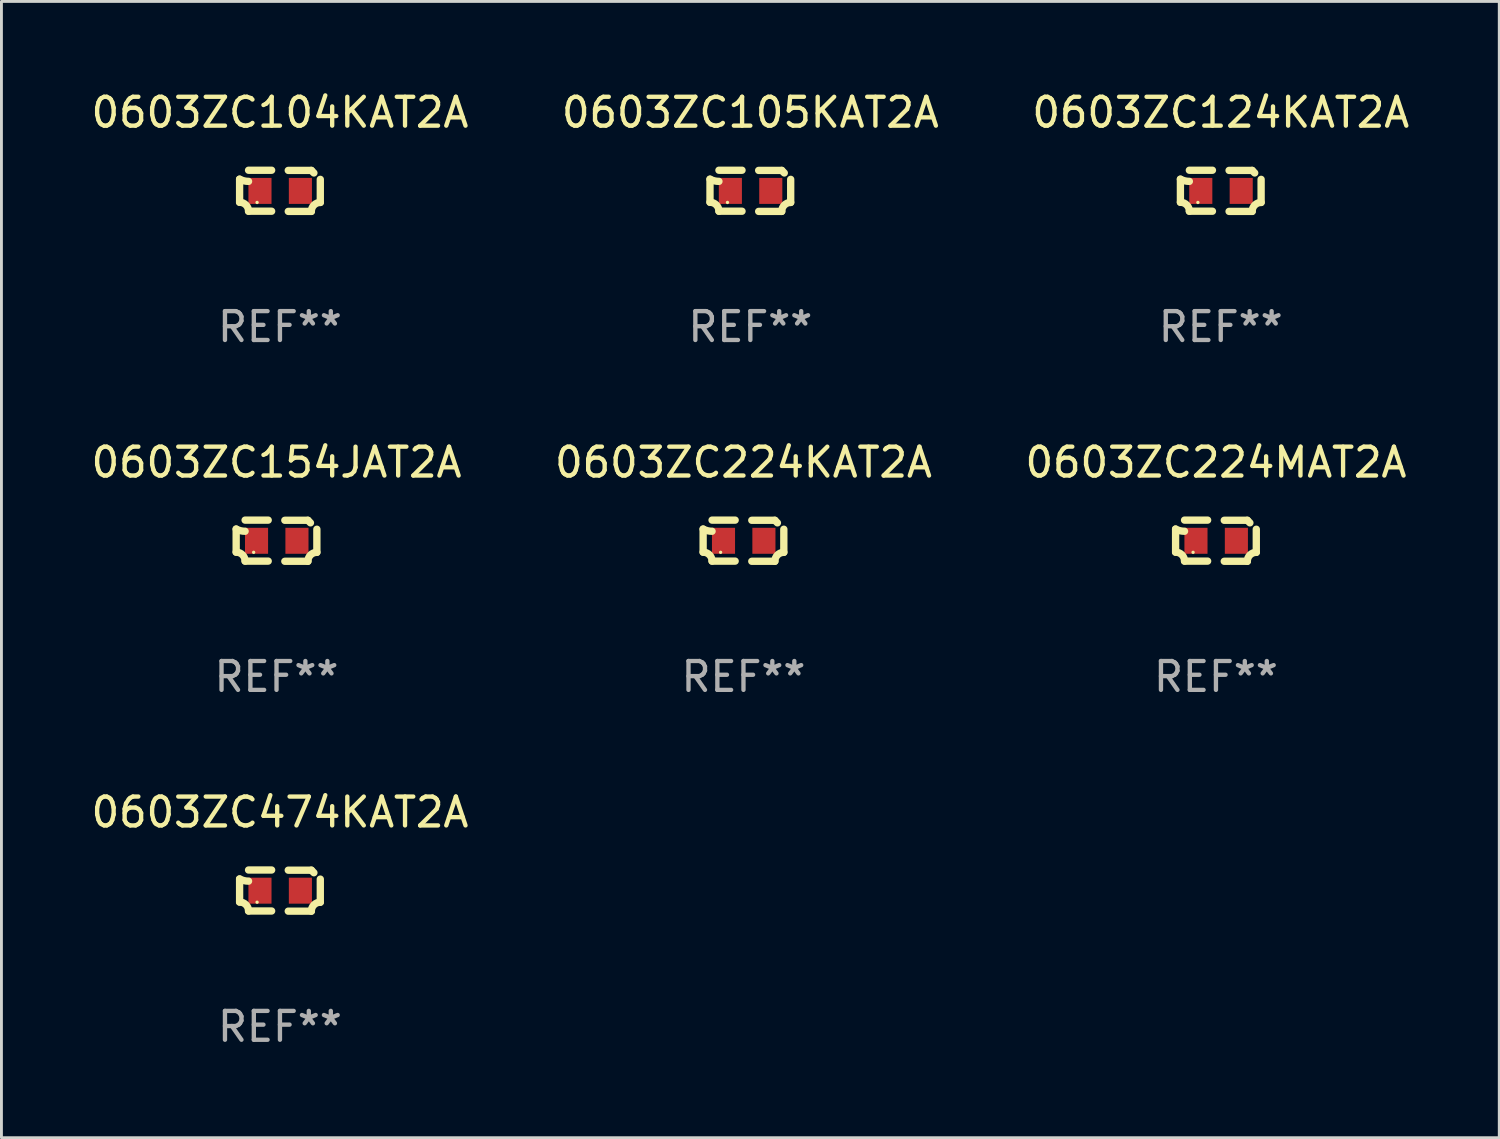
<source format=kicad_pcb>
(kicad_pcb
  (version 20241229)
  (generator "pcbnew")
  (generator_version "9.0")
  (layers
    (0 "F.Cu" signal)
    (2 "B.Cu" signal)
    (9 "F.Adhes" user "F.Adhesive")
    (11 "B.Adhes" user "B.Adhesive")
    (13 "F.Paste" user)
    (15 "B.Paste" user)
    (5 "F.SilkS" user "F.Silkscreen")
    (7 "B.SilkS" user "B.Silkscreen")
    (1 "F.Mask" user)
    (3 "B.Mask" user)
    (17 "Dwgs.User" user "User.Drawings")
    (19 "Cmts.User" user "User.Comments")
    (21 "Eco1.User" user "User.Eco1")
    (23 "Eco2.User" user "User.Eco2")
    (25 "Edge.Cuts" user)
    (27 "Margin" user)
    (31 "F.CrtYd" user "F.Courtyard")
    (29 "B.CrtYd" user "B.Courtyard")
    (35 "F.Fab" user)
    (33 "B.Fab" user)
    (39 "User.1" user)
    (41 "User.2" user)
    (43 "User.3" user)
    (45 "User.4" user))
  (footprint "0603ZC105KAT2A"
    (layer "F.Cu")
    (at 22.946 3.561)
    (property "Reference" "0603ZC105KAT2A" (at 0 -2.713 0) (layer "F.SilkS") (effects (font (size 1 1) (thickness 0.15))))
    (attr through_hole)
    (fp_line (start -1.398 -0.403) (end -1.398 0.397) (stroke (width 0.254) (type solid)) (layer "F.SilkS"))
    (fp_line (start -0.288 -0.713) (end -1.088 -0.713) (stroke (width 0.254) (type solid)) (layer "F.SilkS"))
    (fp_line (start -0.288 0.707) (end -1.088 0.707) (stroke (width 0.254) (type solid)) (layer "F.SilkS"))
    (fp_line (start 0.288 -0.707) (end 1.088 -0.707) (stroke (width 0.254) (type solid)) (layer "F.SilkS"))
    (fp_line (start 0.288 0.713) (end 1.088 0.713) (stroke (width 0.254) (type solid)) (layer "F.SilkS"))
    (fp_line (start 1.398 -0.397) (end 1.398 0.403) (stroke (width 0.254) (type solid)) (layer "F.SilkS"))
    (fp_arc (start -1.397789 0.397066) (mid -1.178701 0.487826) (end -1.08796 0.706922) (stroke (width 0.254001) (type solid)) (layer "F.SilkS"))
    (fp_arc (start -1.08796 -0.327176) (mid -1.247436 -0.346384) (end -1.39779 -0.402908) (stroke (width 0.254001) (type solid)) (layer "F.SilkS"))
    (fp_arc (start 1.087909 0.712738) (mid 1.178656 0.493655) (end 1.397739 0.402908) (stroke (width 0.254001) (type solid)) (layer "F.SilkS"))
    (fp_arc (start 1.175925 -0.618926) (mid 1.131917 -0.662923) (end 1.08791 -0.706922) (stroke (width 0.254001) (type solid)) (layer "F.SilkS"))
    (fp_circle (center -0.792 0.403) (end -0.762 0.403) (stroke (width 0.06) (type solid)) (fill no) (layer "F.SilkS"))
    (fp_text user "REF**" (at 0 4.713 0) (layer "F.Fab") (effects (font (size 1 1) (thickness 0.15))))
    (pad "1" smd rect (at -0.692 0.003) (size 0.8 0.9) (layers "F.Cu" "F.Mask" "F.Paste"))
    (pad "2" smd rect (at 0.708 0.003) (size 0.8 0.9) (layers "F.Cu" "F.Mask" "F.Paste")))
  (footprint "0603ZC224MAT2A"
    (layer "F.Cu")
    (at 39.077 15.683)
    (property "Reference" "0603ZC224MAT2A" (at 0 -2.713 0) (layer "F.SilkS") (effects (font (size 1 1) (thickness 0.15))))
    (attr through_hole)
    (fp_line (start -1.398 -0.403) (end -1.398 0.397) (stroke (width 0.254) (type solid)) (layer "F.SilkS"))
    (fp_line (start -0.288 -0.713) (end -1.088 -0.713) (stroke (width 0.254) (type solid)) (layer "F.SilkS"))
    (fp_line (start -0.288 0.707) (end -1.088 0.707) (stroke (width 0.254) (type solid)) (layer "F.SilkS"))
    (fp_line (start 0.288 -0.707) (end 1.088 -0.707) (stroke (width 0.254) (type solid)) (layer "F.SilkS"))
    (fp_line (start 0.288 0.713) (end 1.088 0.713) (stroke (width 0.254) (type solid)) (layer "F.SilkS"))
    (fp_line (start 1.398 -0.397) (end 1.398 0.403) (stroke (width 0.254) (type solid)) (layer "F.SilkS"))
    (fp_arc (start -1.397789 0.397066) (mid -1.178701 0.487826) (end -1.08796 0.706922) (stroke (width 0.254001) (type solid)) (layer "F.SilkS"))
    (fp_arc (start -1.08796 -0.327176) (mid -1.247436 -0.346384) (end -1.39779 -0.402908) (stroke (width 0.254001) (type solid)) (layer "F.SilkS"))
    (fp_arc (start 1.087909 0.712738) (mid 1.178656 0.493655) (end 1.397739 0.402908) (stroke (width 0.254001) (type solid)) (layer "F.SilkS"))
    (fp_arc (start 1.175925 -0.618926) (mid 1.131917 -0.662923) (end 1.08791 -0.706922) (stroke (width 0.254001) (type solid)) (layer "F.SilkS"))
    (fp_circle (center -0.792 0.403) (end -0.762 0.403) (stroke (width 0.06) (type solid)) (fill no) (layer "F.SilkS"))
    (fp_text user "REF**" (at 0 4.713 0) (layer "F.Fab") (effects (font (size 1 1) (thickness 0.15))))
    (pad "1" smd rect (at -0.692 0.003) (size 0.8 0.9) (layers "F.Cu" "F.Mask" "F.Paste"))
    (pad "2" smd rect (at 0.708 0.003) (size 0.8 0.9) (layers "F.Cu" "F.Mask" "F.Paste")))
  (footprint "0603ZC124KAT2A"
    (layer "F.Cu")
    (at 39.244 3.561)
    (property "Reference" "0603ZC124KAT2A" (at 0 -2.713 0) (layer "F.SilkS") (effects (font (size 1 1) (thickness 0.15))))
    (attr through_hole)
    (fp_line (start -1.398 -0.403) (end -1.398 0.397) (stroke (width 0.254) (type solid)) (layer "F.SilkS"))
    (fp_line (start -0.288 -0.713) (end -1.088 -0.713) (stroke (width 0.254) (type solid)) (layer "F.SilkS"))
    (fp_line (start -0.288 0.707) (end -1.088 0.707) (stroke (width 0.254) (type solid)) (layer "F.SilkS"))
    (fp_line (start 0.288 -0.707) (end 1.088 -0.707) (stroke (width 0.254) (type solid)) (layer "F.SilkS"))
    (fp_line (start 0.288 0.713) (end 1.088 0.713) (stroke (width 0.254) (type solid)) (layer "F.SilkS"))
    (fp_line (start 1.398 -0.397) (end 1.398 0.403) (stroke (width 0.254) (type solid)) (layer "F.SilkS"))
    (fp_arc (start -1.397789 0.397066) (mid -1.178701 0.487826) (end -1.08796 0.706922) (stroke (width 0.254001) (type solid)) (layer "F.SilkS"))
    (fp_arc (start -1.08796 -0.327176) (mid -1.247436 -0.346384) (end -1.39779 -0.402908) (stroke (width 0.254001) (type solid)) (layer "F.SilkS"))
    (fp_arc (start 1.087909 0.712738) (mid 1.178656 0.493655) (end 1.397739 0.402908) (stroke (width 0.254001) (type solid)) (layer "F.SilkS"))
    (fp_arc (start 1.175925 -0.618926) (mid 1.131917 -0.662923) (end 1.08791 -0.706922) (stroke (width 0.254001) (type solid)) (layer "F.SilkS"))
    (fp_circle (center -0.792 0.403) (end -0.762 0.403) (stroke (width 0.06) (type solid)) (fill no) (layer "F.SilkS"))
    (fp_text user "REF**" (at 0 4.713 0) (layer "F.Fab") (effects (font (size 1 1) (thickness 0.15))))
    (pad "1" smd rect (at -0.692 0.003) (size 0.8 0.9) (layers "F.Cu" "F.Mask" "F.Paste"))
    (pad "2" smd rect (at 0.708 0.003) (size 0.8 0.9) (layers "F.Cu" "F.Mask" "F.Paste")))
  (footprint "0603ZC104KAT2A"
    (layer "F.Cu")
    (at 6.649 3.561)
    (property "Reference" "0603ZC104KAT2A" (at 0 -2.713 0) (layer "F.SilkS") (effects (font (size 1 1) (thickness 0.15))))
    (attr through_hole)
    (fp_line (start -1.398 -0.403) (end -1.398 0.397) (stroke (width 0.254) (type solid)) (layer "F.SilkS"))
    (fp_line (start -0.288 -0.713) (end -1.088 -0.713) (stroke (width 0.254) (type solid)) (layer "F.SilkS"))
    (fp_line (start -0.288 0.707) (end -1.088 0.707) (stroke (width 0.254) (type solid)) (layer "F.SilkS"))
    (fp_line (start 0.288 -0.707) (end 1.088 -0.707) (stroke (width 0.254) (type solid)) (layer "F.SilkS"))
    (fp_line (start 0.288 0.713) (end 1.088 0.713) (stroke (width 0.254) (type solid)) (layer "F.SilkS"))
    (fp_line (start 1.398 -0.397) (end 1.398 0.403) (stroke (width 0.254) (type solid)) (layer "F.SilkS"))
    (fp_arc (start -1.397789 0.397066) (mid -1.178701 0.487826) (end -1.08796 0.706922) (stroke (width 0.254001) (type solid)) (layer "F.SilkS"))
    (fp_arc (start -1.08796 -0.327176) (mid -1.247436 -0.346384) (end -1.39779 -0.402908) (stroke (width 0.254001) (type solid)) (layer "F.SilkS"))
    (fp_arc (start 1.087909 0.712738) (mid 1.178656 0.493655) (end 1.397739 0.402908) (stroke (width 0.254001) (type solid)) (layer "F.SilkS"))
    (fp_arc (start 1.175925 -0.618926) (mid 1.131917 -0.662923) (end 1.08791 -0.706922) (stroke (width 0.254001) (type solid)) (layer "F.SilkS"))
    (fp_circle (center -0.792 0.403) (end -0.762 0.403) (stroke (width 0.06) (type solid)) (fill no) (layer "F.SilkS"))
    (fp_text user "REF**" (at 0 4.713 0) (layer "F.Fab") (effects (font (size 1 1) (thickness 0.15))))
    (pad "1" smd rect (at -0.692 0.003) (size 0.8 0.9) (layers "F.Cu" "F.Mask" "F.Paste"))
    (pad "2" smd rect (at 0.708 0.003) (size 0.8 0.9) (layers "F.Cu" "F.Mask" "F.Paste")))
  (footprint "0603ZC474KAT2A"
    (layer "F.Cu")
    (at 6.649 27.805)
    (property "Reference" "0603ZC474KAT2A" (at 0 -2.713 0) (layer "F.SilkS") (effects (font (size 1 1) (thickness 0.15))))
    (attr through_hole)
    (fp_line (start -1.398 -0.403) (end -1.398 0.397) (stroke (width 0.254) (type solid)) (layer "F.SilkS"))
    (fp_line (start -0.288 -0.713) (end -1.088 -0.713) (stroke (width 0.254) (type solid)) (layer "F.SilkS"))
    (fp_line (start -0.288 0.707) (end -1.088 0.707) (stroke (width 0.254) (type solid)) (layer "F.SilkS"))
    (fp_line (start 0.288 -0.707) (end 1.088 -0.707) (stroke (width 0.254) (type solid)) (layer "F.SilkS"))
    (fp_line (start 0.288 0.713) (end 1.088 0.713) (stroke (width 0.254) (type solid)) (layer "F.SilkS"))
    (fp_line (start 1.398 -0.397) (end 1.398 0.403) (stroke (width 0.254) (type solid)) (layer "F.SilkS"))
    (fp_arc (start -1.397789 0.397066) (mid -1.178701 0.487826) (end -1.08796 0.706922) (stroke (width 0.254001) (type solid)) (layer "F.SilkS"))
    (fp_arc (start -1.08796 -0.327176) (mid -1.247436 -0.346384) (end -1.39779 -0.402908) (stroke (width 0.254001) (type solid)) (layer "F.SilkS"))
    (fp_arc (start 1.087909 0.712738) (mid 1.178656 0.493655) (end 1.397739 0.402908) (stroke (width 0.254001) (type solid)) (layer "F.SilkS"))
    (fp_arc (start 1.175925 -0.618926) (mid 1.131917 -0.662923) (end 1.08791 -0.706922) (stroke (width 0.254001) (type solid)) (layer "F.SilkS"))
    (fp_circle (center -0.792 0.403) (end -0.762 0.403) (stroke (width 0.06) (type solid)) (fill no) (layer "F.SilkS"))
    (fp_text user "REF**" (at 0 4.713 0) (layer "F.Fab") (effects (font (size 1 1) (thickness 0.15))))
    (pad "1" smd rect (at -0.692 0.003) (size 0.8 0.9) (layers "F.Cu" "F.Mask" "F.Paste"))
    (pad "2" smd rect (at 0.708 0.003) (size 0.8 0.9) (layers "F.Cu" "F.Mask" "F.Paste")))
  (footprint "0603ZC154JAT2A"
    (layer "F.Cu")
    (at 6.53 15.683)
    (property "Reference" "0603ZC154JAT2A" (at 0 -2.713 0) (layer "F.SilkS") (effects (font (size 1 1) (thickness 0.15))))
    (attr through_hole)
    (fp_line (start -1.398 -0.403) (end -1.398 0.397) (stroke (width 0.254) (type solid)) (layer "F.SilkS"))
    (fp_line (start -0.288 -0.713) (end -1.088 -0.713) (stroke (width 0.254) (type solid)) (layer "F.SilkS"))
    (fp_line (start -0.288 0.707) (end -1.088 0.707) (stroke (width 0.254) (type solid)) (layer "F.SilkS"))
    (fp_line (start 0.288 -0.707) (end 1.088 -0.707) (stroke (width 0.254) (type solid)) (layer "F.SilkS"))
    (fp_line (start 0.288 0.713) (end 1.088 0.713) (stroke (width 0.254) (type solid)) (layer "F.SilkS"))
    (fp_line (start 1.398 -0.397) (end 1.398 0.403) (stroke (width 0.254) (type solid)) (layer "F.SilkS"))
    (fp_arc (start -1.397789 0.397066) (mid -1.178701 0.487826) (end -1.08796 0.706922) (stroke (width 0.254001) (type solid)) (layer "F.SilkS"))
    (fp_arc (start -1.08796 -0.327176) (mid -1.247436 -0.346384) (end -1.39779 -0.402908) (stroke (width 0.254001) (type solid)) (layer "F.SilkS"))
    (fp_arc (start 1.087909 0.712738) (mid 1.178656 0.493655) (end 1.397739 0.402908) (stroke (width 0.254001) (type solid)) (layer "F.SilkS"))
    (fp_arc (start 1.175925 -0.618926) (mid 1.131917 -0.662923) (end 1.08791 -0.706922) (stroke (width 0.254001) (type solid)) (layer "F.SilkS"))
    (fp_circle (center -0.792 0.403) (end -0.762 0.403) (stroke (width 0.06) (type solid)) (fill no) (layer "F.SilkS"))
    (fp_text user "REF**" (at 0 4.713 0) (layer "F.Fab") (effects (font (size 1 1) (thickness 0.15))))
    (pad "1" smd rect (at -0.692 0.003) (size 0.8 0.9) (layers "F.Cu" "F.Mask" "F.Paste"))
    (pad "2" smd rect (at 0.708 0.003) (size 0.8 0.9) (layers "F.Cu" "F.Mask" "F.Paste")))
  (footprint "0603ZC224KAT2A"
    (layer "F.Cu")
    (at 22.708 15.683)
    (property "Reference" "0603ZC224KAT2A" (at 0 -2.713 0) (layer "F.SilkS") (effects (font (size 1 1) (thickness 0.15))))
    (attr through_hole)
    (fp_line (start -1.398 -0.403) (end -1.398 0.397) (stroke (width 0.254) (type solid)) (layer "F.SilkS"))
    (fp_line (start -0.288 -0.713) (end -1.088 -0.713) (stroke (width 0.254) (type solid)) (layer "F.SilkS"))
    (fp_line (start -0.288 0.707) (end -1.088 0.707) (stroke (width 0.254) (type solid)) (layer "F.SilkS"))
    (fp_line (start 0.288 -0.707) (end 1.088 -0.707) (stroke (width 0.254) (type solid)) (layer "F.SilkS"))
    (fp_line (start 0.288 0.713) (end 1.088 0.713) (stroke (width 0.254) (type solid)) (layer "F.SilkS"))
    (fp_line (start 1.398 -0.397) (end 1.398 0.403) (stroke (width 0.254) (type solid)) (layer "F.SilkS"))
    (fp_arc (start -1.397789 0.397066) (mid -1.178701 0.487826) (end -1.08796 0.706922) (stroke (width 0.254001) (type solid)) (layer "F.SilkS"))
    (fp_arc (start -1.08796 -0.327176) (mid -1.247436 -0.346384) (end -1.39779 -0.402908) (stroke (width 0.254001) (type solid)) (layer "F.SilkS"))
    (fp_arc (start 1.087909 0.712738) (mid 1.178656 0.493655) (end 1.397739 0.402908) (stroke (width 0.254001) (type solid)) (layer "F.SilkS"))
    (fp_arc (start 1.175925 -0.618926) (mid 1.131917 -0.662923) (end 1.08791 -0.706922) (stroke (width 0.254001) (type solid)) (layer "F.SilkS"))
    (fp_circle (center -0.792 0.403) (end -0.762 0.403) (stroke (width 0.06) (type solid)) (fill no) (layer "F.SilkS"))
    (fp_text user "REF**" (at 0 4.713 0) (layer "F.Fab") (effects (font (size 1 1) (thickness 0.15))))
    (pad "1" smd rect (at -0.692 0.003) (size 0.8 0.9) (layers "F.Cu" "F.Mask" "F.Paste"))
    (pad "2" smd rect (at 0.708 0.003) (size 0.8 0.9) (layers "F.Cu" "F.Mask" "F.Paste")))
  (gr_rect
    (start -3 -3)
    (end 48.893 36.366)
    (stroke (width 0.1) (type default))
    (fill no)
    (layer "Edge.Cuts")))
</source>
